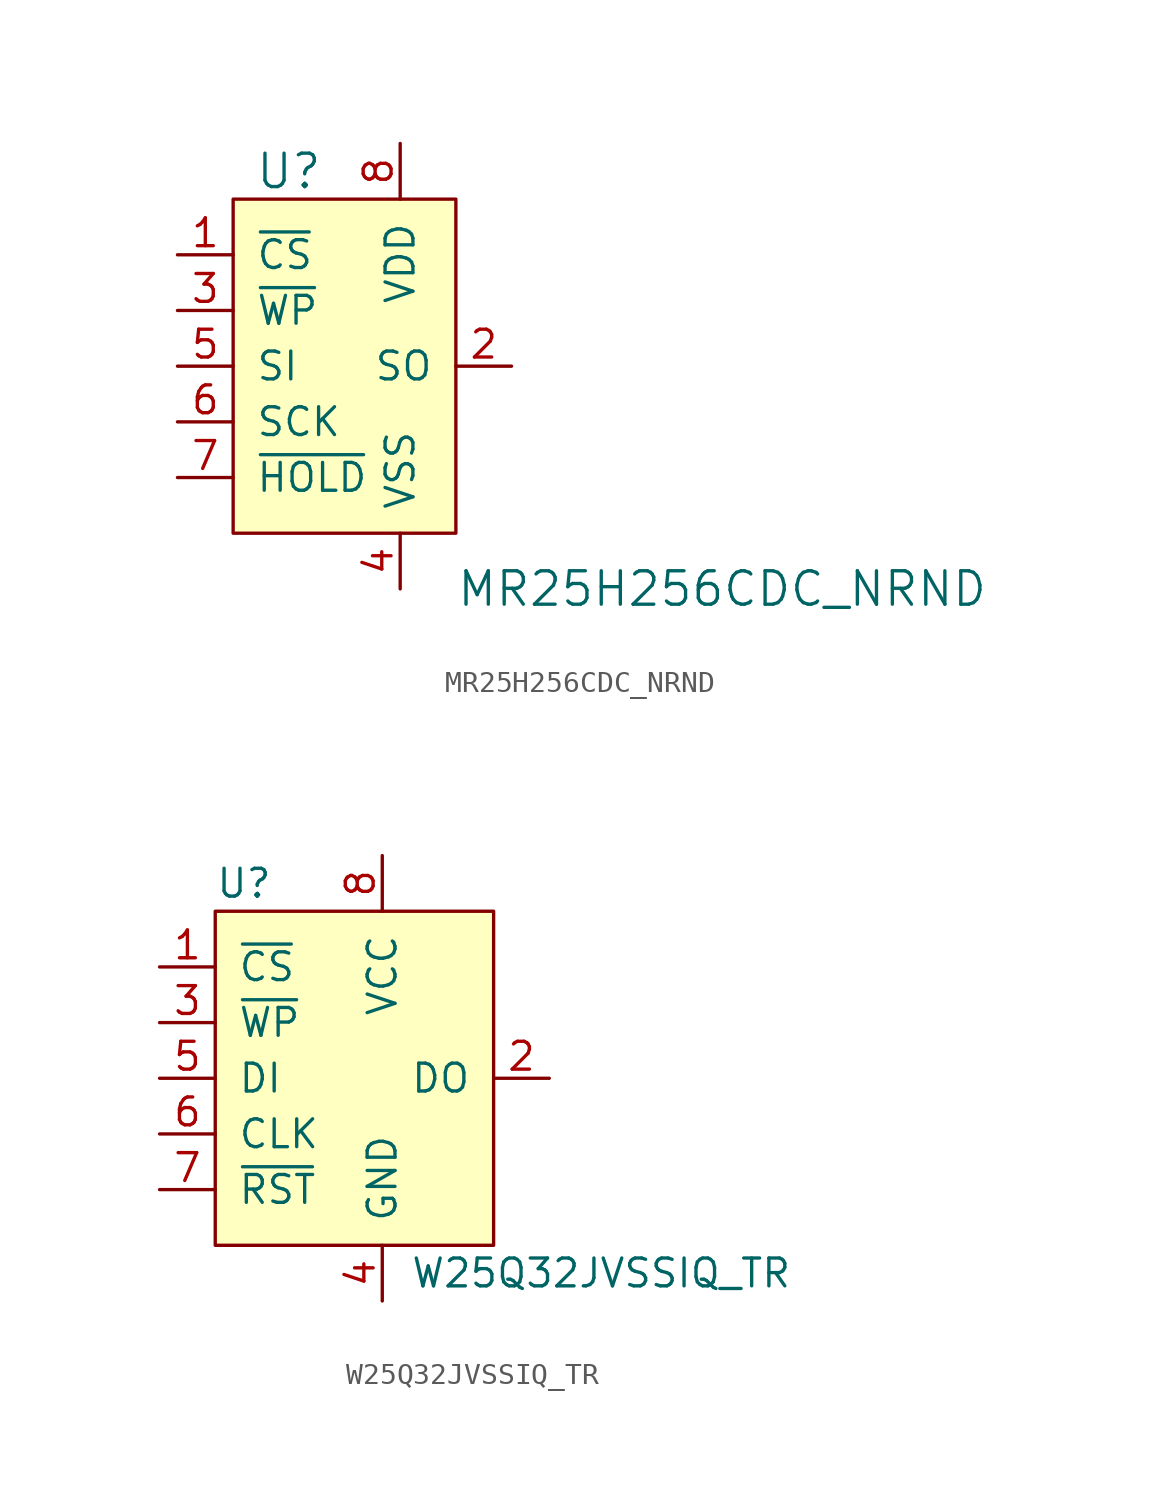
<source format=kicad_sym>
(kicad_symbol_lib
  (version 20201005)
  (generator kicad_symbol_editor)
  (symbol "MR25H256CDC_NRND"
    (pin_names
      (offset 1.016))
    (property "Reference" "U"
      (at -2.54 3.81 0)
      (effects (font (size 1.524 1.524))))
    (property "Value" "MR25H256CDC_NRND"
      (at 5.08 -15.24 0)
      (effects (font (size 1.524 1.524)) (justify left)))
    (symbol "MR25H256CDC_NRND_0_1"
      (rectangle (start -5.08 2.54) (end 5.08 -12.7) (stroke (width 0)) (fill (type background))))
    (symbol "MR25H256CDC_NRND_1_1"
      (pin input line (at -7.62 0 0) (length 2.54) (name "~CS" (effects (font (size 1.27 1.27)))) (number "1" (effects (font (size 1.27 1.27)))))
      (pin output line (at 7.62 -5.08 180) (length 2.54) (name "SO" (effects (font (size 1.27 1.27)))) (number "2" (effects (font (size 1.27 1.27)))))
      (pin input line (at -7.62 -2.54 0) (length 2.54) (name "~WP" (effects (font (size 1.27 1.27)))) (number "3" (effects (font (size 1.27 1.27)))))
      (pin power_in line (at 2.54 -15.24 90) (length 2.54) (name "VSS" (effects (font (size 1.27 1.27)))) (number "4" (effects (font (size 1.27 1.27)))))
      (pin input line (at -7.62 -5.08 0) (length 2.54) (name "SI" (effects (font (size 1.27 1.27)))) (number "5" (effects (font (size 1.27 1.27)))))
      (pin input line (at -7.62 -7.62 0) (length 2.54) (name "SCK" (effects (font (size 1.27 1.27)))) (number "6" (effects (font (size 1.27 1.27)))))
      (pin input line (at -7.62 -10.16 0) (length 2.54) (name "~HOLD" (effects (font (size 1.27 1.27)))) (number "7" (effects (font (size 1.27 1.27)))))
      (pin power_in line (at 2.54 5.08 270) (length 2.54) (name "VDD" (effects (font (size 1.27 1.27)))) (number "8" (effects (font (size 1.27 1.27)))))))
  (symbol "W25Q32JVSSIQ_TR"
    (pin_names
      (offset 1.016))
    (property "Reference" "U"
      (at -7.62 8.89 0)
      (effects (font (size 1.27 1.27)) (justify left)))
    (property "Value" "W25Q32JVSSIQ_TR"
      (at 1.27 -8.89 0)
      (effects (font (size 1.27 1.27)) (justify left)))
    (symbol "W25Q32JVSSIQ_TR_0_1"
      (rectangle (start -7.62 7.62) (end 5.08 -7.62) (stroke (width 0)) (fill (type background))))
    (symbol "W25Q32JVSSIQ_TR_1_1"
      (pin input line (at -10.16 5.08 0) (length 2.54) (name "~CS" (effects (font (size 1.27 1.27)))) (number "1" (effects (font (size 1.27 1.27)))))
      (pin output line (at 7.62 0 180) (length 2.54) (name "DO" (effects (font (size 1.27 1.27)))) (number "2" (effects (font (size 1.27 1.27)))))
      (pin input line (at -10.16 2.54 0) (length 2.54) (name "~WP" (effects (font (size 1.27 1.27)))) (number "3" (effects (font (size 1.27 1.27)))))
      (pin power_in line (at 0 -10.16 90) (length 2.54) (name "GND" (effects (font (size 1.27 1.27)))) (number "4" (effects (font (size 1.27 1.27)))))
      (pin input line (at -10.16 0 0) (length 2.54) (name "DI" (effects (font (size 1.27 1.27)))) (number "5" (effects (font (size 1.27 1.27)))))
      (pin input line (at -10.16 -2.54 0) (length 2.54) (name "CLK" (effects (font (size 1.27 1.27)))) (number "6" (effects (font (size 1.27 1.27)))))
      (pin input line (at -10.16 -5.08 0) (length 2.54) (name "~RST" (effects (font (size 1.27 1.27)))) (number "7" (effects (font (size 1.27 1.27)))))
      (pin power_in line (at 0 10.16 270) (length 2.54) (name "VCC" (effects (font (size 1.27 1.27)))) (number "8" (effects (font (size 1.27 1.27))))))))
</source>
